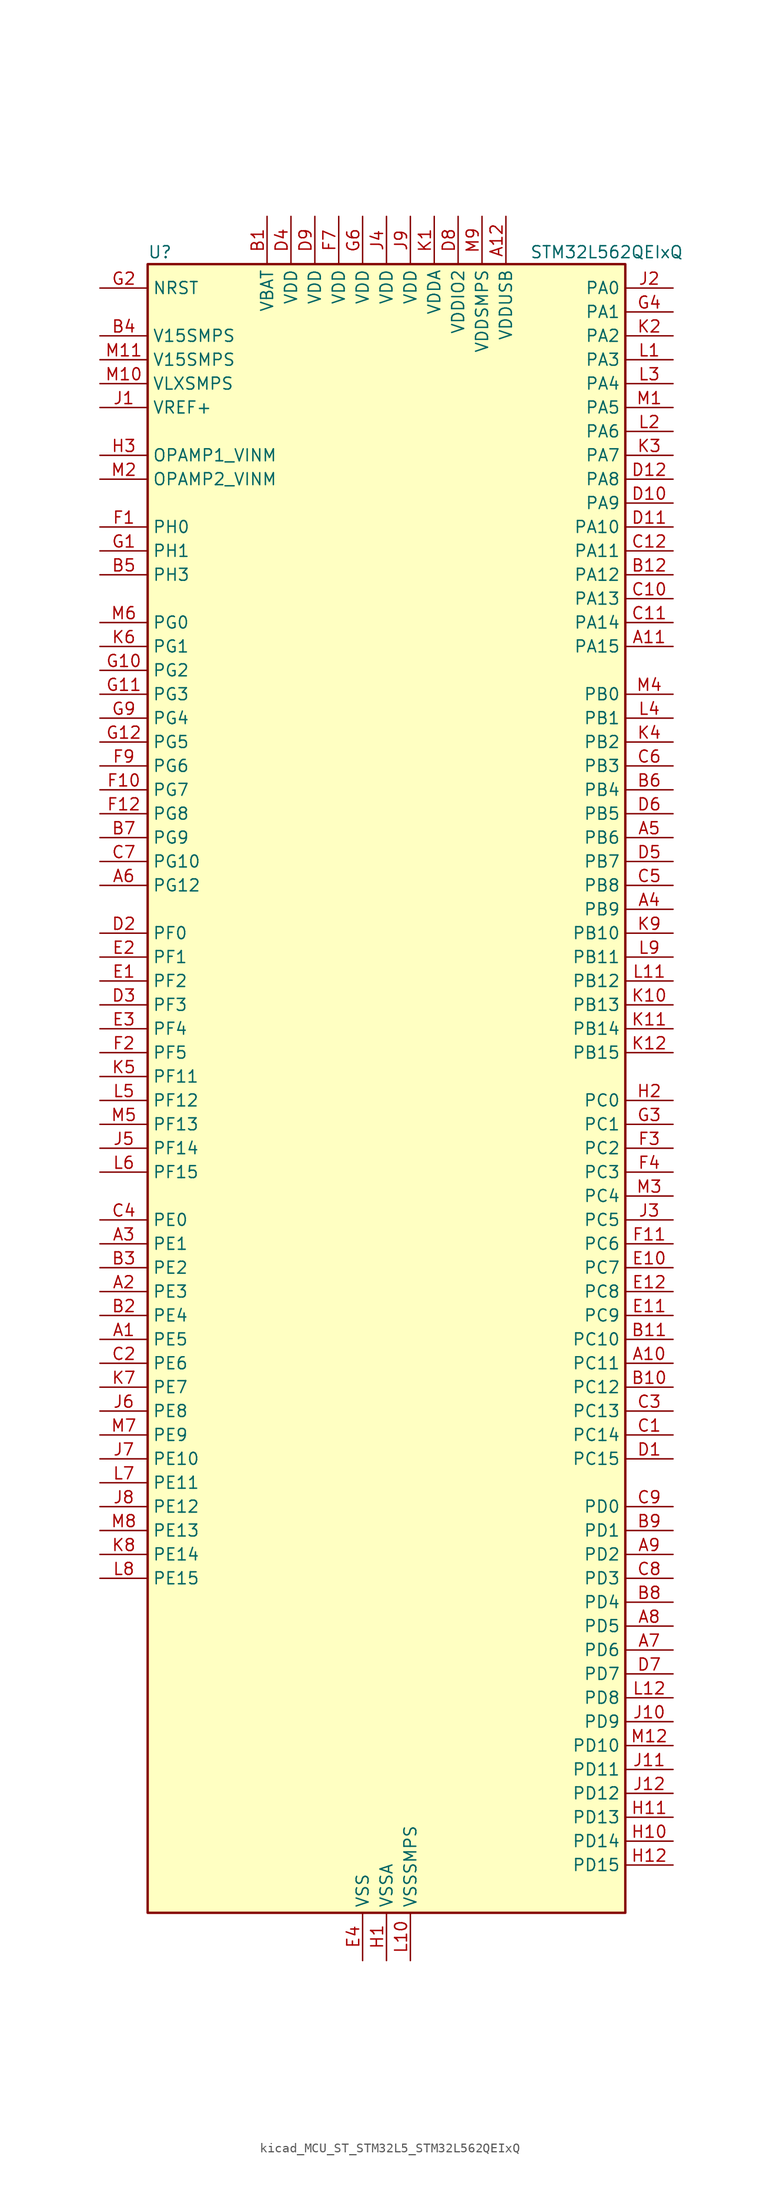
<source format=kicad_sym>
(kicad_symbol_lib
  (version 20220914)
  (generator kicad_symbol_editor)
  (symbol "kicad_MCU_ST_STM32L5_STM32L562QEIxQ"
    (property "Reference" "U"
      (at -25.4 90.17 0)
      (effects (font (size 1.27 1.27)) (justify left)))
    (property "Value" "STM32L562QEIxQ"
      (at 15.24 90.17 0)
      (effects (font (size 1.27 1.27)) (justify left)))
    (property "ki_locked" ""
      (at 0 0 0)
      (effects (font (size 1.27 1.27))))
    (symbol "kicad_MCU_ST_STM32L5_STM32L562QEIxQ_0_1"
      (rectangle (start -25.4 -86.36) (end 25.4 88.9) (stroke (width 0.254) (type default)) (fill (type background))))
    (symbol "kicad_MCU_ST_STM32L5_STM32L562QEIxQ_1_1"
      (pin bidirectional line (at -30.48 -25.4 0) (length 5.08) (name "PE5" (effects (font (size 1.27 1.27)))) (number "A1" (effects (font (size 1.27 1.27)))) (alternate "DEBUG_TRACED2" bidirectional line) (alternate "DFSDM1_CKIN3" bidirectional line) (alternate "FMC_A21" bidirectional line) (alternate "SAI1_CK2" bidirectional line) (alternate "SAI1_SCK_A" bidirectional line) (alternate "TIM3_CH3" bidirectional line) (alternate "TSC_G7_IO4" bidirectional line))
      (pin bidirectional line (at 30.48 -27.94 180) (length 5.08) (name "PC11" (effects (font (size 1.27 1.27)))) (number "A10" (effects (font (size 1.27 1.27)))) (alternate "ADC1_EXTI11" bidirectional line) (alternate "ADC2_EXTI11" bidirectional line) (alternate "LPTIM3_IN1" bidirectional line) (alternate "OCTOSPI1_NCS" bidirectional line) (alternate "SAI2_MCLK_B" bidirectional line) (alternate "SDMMC1_D3" bidirectional line) (alternate "SPI3_MISO" bidirectional line) (alternate "TSC_G3_IO3" bidirectional line) (alternate "UART4_RX" bidirectional line) (alternate "UCPD1_FRSTX2" bidirectional line) (alternate "USART3_RX" bidirectional line))
      (pin bidirectional line (at 30.48 48.26 180) (length 5.08) (name "PA15" (effects (font (size 1.27 1.27)))) (number "A11" (effects (font (size 1.27 1.27)))) (alternate "ADC1_EXTI15" bidirectional line) (alternate "ADC2_EXTI15" bidirectional line) (alternate "DEBUG_JTDI" bidirectional line) (alternate "SAI2_FS_B" bidirectional line) (alternate "SPI1_NSS" bidirectional line) (alternate "SPI3_NSS" bidirectional line) (alternate "TIM2_CH1" bidirectional line) (alternate "TIM2_ETR" bidirectional line) (alternate "UART4_DE" bidirectional line) (alternate "UART4_RTS" bidirectional line) (alternate "UCPD1_CC1" bidirectional line) (alternate "USART2_RX" bidirectional line) (alternate "USART3_DE" bidirectional line) (alternate "USART3_RTS" bidirectional line))
      (pin power_in line (at 12.7 93.98 270) (length 5.08) (name "VDDUSB" (effects (font (size 1.27 1.27)))) (number "A12" (effects (font (size 1.27 1.27)))))
      (pin bidirectional line (at -30.48 -20.32 0) (length 5.08) (name "PE3" (effects (font (size 1.27 1.27)))) (number "A2" (effects (font (size 1.27 1.27)))) (alternate "DEBUG_TRACED0" bidirectional line) (alternate "FMC_A19" bidirectional line) (alternate "OCTOSPI1_DQS" bidirectional line) (alternate "SAI1_SD_B" bidirectional line) (alternate "TIM3_CH1" bidirectional line) (alternate "TSC_G7_IO2" bidirectional line))
      (pin bidirectional line (at -30.48 -15.24 0) (length 5.08) (name "PE1" (effects (font (size 1.27 1.27)))) (number "A3" (effects (font (size 1.27 1.27)))) (alternate "FMC_NBL1" bidirectional line) (alternate "TIM17_CH1" bidirectional line))
      (pin bidirectional line (at 30.48 20.32 180) (length 5.08) (name "PB9" (effects (font (size 1.27 1.27)))) (number "A4" (effects (font (size 1.27 1.27)))) (alternate "DAC1_EXTI9" bidirectional line) (alternate "FDCAN1_TX" bidirectional line) (alternate "I2C1_SDA" bidirectional line) (alternate "IR_OUT" bidirectional line) (alternate "SAI1_D2" bidirectional line) (alternate "SAI1_FS_A" bidirectional line) (alternate "SDMMC1_CDIR" bidirectional line) (alternate "SDMMC1_D5" bidirectional line) (alternate "SPI2_NSS" bidirectional line) (alternate "TIM17_CH1" bidirectional line) (alternate "TIM4_CH4" bidirectional line))
      (pin bidirectional line (at 30.48 27.94 180) (length 5.08) (name "PB6" (effects (font (size 1.27 1.27)))) (number "A5" (effects (font (size 1.27 1.27)))) (alternate "COMP2_INP" bidirectional line) (alternate "I2C1_SCL" bidirectional line) (alternate "I2C4_SCL" bidirectional line) (alternate "LPTIM1_ETR" bidirectional line) (alternate "SAI1_FS_B" bidirectional line) (alternate "TIM16_CH1N" bidirectional line) (alternate "TIM4_CH1" bidirectional line) (alternate "TIM8_BKIN2" bidirectional line) (alternate "TSC_G2_IO3" bidirectional line) (alternate "USART1_TX" bidirectional line))
      (pin bidirectional line (at -30.48 22.86 0) (length 5.08) (name "PG12" (effects (font (size 1.27 1.27)))) (number "A6" (effects (font (size 1.27 1.27)))) (alternate "FMC_NE4" bidirectional line) (alternate "LPTIM1_ETR" bidirectional line) (alternate "SAI2_SD_A" bidirectional line) (alternate "SPI3_NSS" bidirectional line) (alternate "USART1_DE" bidirectional line) (alternate "USART1_RTS" bidirectional line))
      (pin bidirectional line (at 30.48 -58.42 180) (length 5.08) (name "PD6" (effects (font (size 1.27 1.27)))) (number "A7" (effects (font (size 1.27 1.27)))) (alternate "DFSDM1_DATIN1" bidirectional line) (alternate "FMC_NWAIT" bidirectional line) (alternate "OCTOSPI1_IO6" bidirectional line) (alternate "SAI1_D1" bidirectional line) (alternate "SAI1_SD_A" bidirectional line) (alternate "SPI3_MOSI" bidirectional line) (alternate "USART2_RX" bidirectional line))
      (pin bidirectional line (at 30.48 -55.88 180) (length 5.08) (name "PD5" (effects (font (size 1.27 1.27)))) (number "A8" (effects (font (size 1.27 1.27)))) (alternate "FMC_NWE" bidirectional line) (alternate "OCTOSPI1_IO5" bidirectional line) (alternate "USART2_TX" bidirectional line))
      (pin bidirectional line (at 30.48 -48.26 180) (length 5.08) (name "PD2" (effects (font (size 1.27 1.27)))) (number "A9" (effects (font (size 1.27 1.27)))) (alternate "DEBUG_TRACED2" bidirectional line) (alternate "SDMMC1_CMD" bidirectional line) (alternate "TIM3_ETR" bidirectional line) (alternate "TSC_SYNC" bidirectional line) (alternate "UART5_RX" bidirectional line) (alternate "USART3_DE" bidirectional line) (alternate "USART3_RTS" bidirectional line))
      (pin power_in line (at -12.7 93.98 270) (length 5.08) (name "VBAT" (effects (font (size 1.27 1.27)))) (number "B1" (effects (font (size 1.27 1.27)))))
      (pin bidirectional line (at 30.48 -30.48 180) (length 5.08) (name "PC12" (effects (font (size 1.27 1.27)))) (number "B10" (effects (font (size 1.27 1.27)))) (alternate "DEBUG_TRACED3" bidirectional line) (alternate "SAI2_SD_B" bidirectional line) (alternate "SDMMC1_CK" bidirectional line) (alternate "SPI3_MOSI" bidirectional line) (alternate "TSC_G3_IO4" bidirectional line) (alternate "UART5_TX" bidirectional line) (alternate "USART3_CK" bidirectional line))
      (pin bidirectional line (at 30.48 -25.4 180) (length 5.08) (name "PC10" (effects (font (size 1.27 1.27)))) (number "B11" (effects (font (size 1.27 1.27)))) (alternate "DEBUG_TRACED1" bidirectional line) (alternate "LPTIM3_ETR" bidirectional line) (alternate "SAI2_SCK_B" bidirectional line) (alternate "SDMMC1_D2" bidirectional line) (alternate "SPI3_SCK" bidirectional line) (alternate "TSC_G3_IO2" bidirectional line) (alternate "UART4_TX" bidirectional line) (alternate "USART3_TX" bidirectional line))
      (pin bidirectional line (at 30.48 55.88 180) (length 5.08) (name "PA12" (effects (font (size 1.27 1.27)))) (number "B12" (effects (font (size 1.27 1.27)))) (alternate "FDCAN1_TX" bidirectional line) (alternate "SPI1_MOSI" bidirectional line) (alternate "TIM1_ETR" bidirectional line) (alternate "USART1_DE" bidirectional line) (alternate "USART1_RTS" bidirectional line) (alternate "USB_DP" bidirectional line))
      (pin bidirectional line (at -30.48 -22.86 0) (length 5.08) (name "PE4" (effects (font (size 1.27 1.27)))) (number "B2" (effects (font (size 1.27 1.27)))) (alternate "DEBUG_TRACED1" bidirectional line) (alternate "DFSDM1_DATIN3" bidirectional line) (alternate "FMC_A20" bidirectional line) (alternate "SAI1_D2" bidirectional line) (alternate "SAI1_FS_A" bidirectional line) (alternate "TIM3_CH2" bidirectional line) (alternate "TSC_G7_IO3" bidirectional line))
      (pin bidirectional line (at -30.48 -17.78 0) (length 5.08) (name "PE2" (effects (font (size 1.27 1.27)))) (number "B3" (effects (font (size 1.27 1.27)))) (alternate "DEBUG_TRACECLK" bidirectional line) (alternate "FMC_A23" bidirectional line) (alternate "SAI1_CK1" bidirectional line) (alternate "SAI1_MCLK_A" bidirectional line) (alternate "TIM3_ETR" bidirectional line) (alternate "TSC_G7_IO1" bidirectional line))
      (pin power_in line (at -30.48 81.28 0) (length 5.08) (name "V15SMPS" (effects (font (size 1.27 1.27)))) (number "B4" (effects (font (size 1.27 1.27)))))
      (pin bidirectional line (at -30.48 55.88 0) (length 5.08) (name "PH3" (effects (font (size 1.27 1.27)))) (number "B5" (effects (font (size 1.27 1.27)))))
      (pin bidirectional line (at 30.48 33.02 180) (length 5.08) (name "PB4" (effects (font (size 1.27 1.27)))) (number "B6" (effects (font (size 1.27 1.27)))) (alternate "COMP2_INP" bidirectional line) (alternate "DEBUG_JTRST" bidirectional line) (alternate "I2C3_SDA" bidirectional line) (alternate "SAI1_MCLK_B" bidirectional line) (alternate "SPI1_MISO" bidirectional line) (alternate "SPI3_MISO" bidirectional line) (alternate "TIM17_BKIN" bidirectional line) (alternate "TIM3_CH1" bidirectional line) (alternate "TSC_G2_IO1" bidirectional line) (alternate "UART5_DE" bidirectional line) (alternate "UART5_RTS" bidirectional line) (alternate "USART1_CTS" bidirectional line) (alternate "USART1_NSS" bidirectional line))
      (pin bidirectional line (at -30.48 27.94 0) (length 5.08) (name "PG9" (effects (font (size 1.27 1.27)))) (number "B7" (effects (font (size 1.27 1.27)))) (alternate "DAC1_EXTI9" bidirectional line) (alternate "FMC_NCE" bidirectional line) (alternate "FMC_NE2" bidirectional line) (alternate "SAI2_SCK_A" bidirectional line) (alternate "SPI3_SCK" bidirectional line) (alternate "TIM15_CH1N" bidirectional line) (alternate "USART1_TX" bidirectional line))
      (pin bidirectional line (at 30.48 -53.34 180) (length 5.08) (name "PD4" (effects (font (size 1.27 1.27)))) (number "B8" (effects (font (size 1.27 1.27)))) (alternate "DFSDM1_CKIN0" bidirectional line) (alternate "FMC_NOE" bidirectional line) (alternate "OCTOSPI1_IO4" bidirectional line) (alternate "SPI2_MOSI" bidirectional line) (alternate "USART2_DE" bidirectional line) (alternate "USART2_RTS" bidirectional line))
      (pin bidirectional line (at 30.48 -45.72 180) (length 5.08) (name "PD1" (effects (font (size 1.27 1.27)))) (number "B9" (effects (font (size 1.27 1.27)))) (alternate "FDCAN1_TX" bidirectional line) (alternate "FMC_D3" bidirectional line) (alternate "FMC_DA3" bidirectional line) (alternate "SPI2_SCK" bidirectional line))
      (pin bidirectional line (at 30.48 -35.56 180) (length 5.08) (name "PC14" (effects (font (size 1.27 1.27)))) (number "C1" (effects (font (size 1.27 1.27)))) (alternate "RCC_OSC32_IN" bidirectional line))
      (pin bidirectional line (at 30.48 53.34 180) (length 5.08) (name "PA13" (effects (font (size 1.27 1.27)))) (number "C10" (effects (font (size 1.27 1.27)))) (alternate "DEBUG_JTMS-SWDIO" bidirectional line) (alternate "IR_OUT" bidirectional line) (alternate "SAI1_SD_B" bidirectional line) (alternate "USB_NOE" bidirectional line))
      (pin bidirectional line (at 30.48 50.8 180) (length 5.08) (name "PA14" (effects (font (size 1.27 1.27)))) (number "C11" (effects (font (size 1.27 1.27)))) (alternate "DEBUG_JTCK-SWCLK" bidirectional line) (alternate "I2C1_SMBA" bidirectional line) (alternate "I2C4_SMBA" bidirectional line) (alternate "LPTIM1_OUT" bidirectional line) (alternate "SAI1_FS_B" bidirectional line))
      (pin bidirectional line (at 30.48 58.42 180) (length 5.08) (name "PA11" (effects (font (size 1.27 1.27)))) (number "C12" (effects (font (size 1.27 1.27)))) (alternate "ADC1_EXTI11" bidirectional line) (alternate "ADC2_EXTI11" bidirectional line) (alternate "FDCAN1_RX" bidirectional line) (alternate "SPI1_MISO" bidirectional line) (alternate "TIM1_BKIN2" bidirectional line) (alternate "TIM1_CH4" bidirectional line) (alternate "USART1_CTS" bidirectional line) (alternate "USART1_NSS" bidirectional line) (alternate "USB_DM" bidirectional line))
      (pin bidirectional line (at -30.48 -27.94 0) (length 5.08) (name "PE6" (effects (font (size 1.27 1.27)))) (number "C2" (effects (font (size 1.27 1.27)))) (alternate "DEBUG_TRACED3" bidirectional line) (alternate "FMC_A22" bidirectional line) (alternate "PWR_WKUP3" bidirectional line) (alternate "SAI1_D1" bidirectional line) (alternate "SAI1_SD_A" bidirectional line) (alternate "TAMP_IN3" bidirectional line) (alternate "TAMP_OUT6" bidirectional line) (alternate "TIM3_CH4" bidirectional line))
      (pin bidirectional line (at 30.48 -33.02 180) (length 5.08) (name "PC13" (effects (font (size 1.27 1.27)))) (number "C3" (effects (font (size 1.27 1.27)))) (alternate "PWR_WKUP2" bidirectional line) (alternate "RTC_OUT1" bidirectional line) (alternate "RTC_TS" bidirectional line) (alternate "TAMP_IN1" bidirectional line) (alternate "TAMP_OUT2" bidirectional line))
      (pin bidirectional line (at -30.48 -12.7 0) (length 5.08) (name "PE0" (effects (font (size 1.27 1.27)))) (number "C4" (effects (font (size 1.27 1.27)))) (alternate "FMC_NBL0" bidirectional line) (alternate "TIM16_CH1" bidirectional line) (alternate "TIM4_ETR" bidirectional line))
      (pin bidirectional line (at 30.48 22.86 180) (length 5.08) (name "PB8" (effects (font (size 1.27 1.27)))) (number "C5" (effects (font (size 1.27 1.27)))) (alternate "DFSDM1_CKOUT" bidirectional line) (alternate "FDCAN1_RX" bidirectional line) (alternate "I2C1_SCL" bidirectional line) (alternate "SAI1_CK1" bidirectional line) (alternate "SAI1_MCLK_A" bidirectional line) (alternate "SDMMC1_CKIN" bidirectional line) (alternate "SDMMC1_D4" bidirectional line) (alternate "TIM16_CH1" bidirectional line) (alternate "TIM4_CH3" bidirectional line))
      (pin bidirectional line (at 30.48 35.56 180) (length 5.08) (name "PB3" (effects (font (size 1.27 1.27)))) (number "C6" (effects (font (size 1.27 1.27)))) (alternate "COMP2_INM" bidirectional line) (alternate "CRS_SYNC" bidirectional line) (alternate "DEBUG_JTDO-SWO" bidirectional line) (alternate "SAI1_SCK_B" bidirectional line) (alternate "SPI1_SCK" bidirectional line) (alternate "SPI3_SCK" bidirectional line) (alternate "TIM2_CH2" bidirectional line) (alternate "USART1_DE" bidirectional line) (alternate "USART1_RTS" bidirectional line))
      (pin bidirectional line (at -30.48 25.4 0) (length 5.08) (name "PG10" (effects (font (size 1.27 1.27)))) (number "C7" (effects (font (size 1.27 1.27)))) (alternate "FMC_NE3" bidirectional line) (alternate "LPTIM1_IN1" bidirectional line) (alternate "SAI2_FS_A" bidirectional line) (alternate "SPI3_MISO" bidirectional line) (alternate "TIM15_CH1" bidirectional line) (alternate "USART1_RX" bidirectional line))
      (pin bidirectional line (at 30.48 -50.8 180) (length 5.08) (name "PD3" (effects (font (size 1.27 1.27)))) (number "C8" (effects (font (size 1.27 1.27)))) (alternate "DFSDM1_DATIN0" bidirectional line) (alternate "FMC_CLK" bidirectional line) (alternate "SPI2_MISO" bidirectional line) (alternate "SPI2_SCK" bidirectional line) (alternate "USART2_CTS" bidirectional line) (alternate "USART2_NSS" bidirectional line))
      (pin bidirectional line (at 30.48 -43.18 180) (length 5.08) (name "PD0" (effects (font (size 1.27 1.27)))) (number "C9" (effects (font (size 1.27 1.27)))) (alternate "FDCAN1_RX" bidirectional line) (alternate "FMC_D2" bidirectional line) (alternate "FMC_DA2" bidirectional line) (alternate "SPI2_NSS" bidirectional line))
      (pin bidirectional line (at 30.48 -38.1 180) (length 5.08) (name "PC15" (effects (font (size 1.27 1.27)))) (number "D1" (effects (font (size 1.27 1.27)))) (alternate "ADC1_EXTI15" bidirectional line) (alternate "ADC2_EXTI15" bidirectional line) (alternate "RCC_OSC32_OUT" bidirectional line))
      (pin bidirectional line (at 30.48 63.5 180) (length 5.08) (name "PA9" (effects (font (size 1.27 1.27)))) (number "D10" (effects (font (size 1.27 1.27)))) (alternate "DAC1_EXTI9" bidirectional line) (alternate "SAI1_FS_A" bidirectional line) (alternate "SPI2_SCK" bidirectional line) (alternate "TIM15_BKIN" bidirectional line) (alternate "TIM1_CH2" bidirectional line) (alternate "USART1_TX" bidirectional line))
      (pin bidirectional line (at 30.48 60.96 180) (length 5.08) (name "PA10" (effects (font (size 1.27 1.27)))) (number "D11" (effects (font (size 1.27 1.27)))) (alternate "CRS_SYNC" bidirectional line) (alternate "SAI1_D1" bidirectional line) (alternate "SAI1_SD_A" bidirectional line) (alternate "TIM17_BKIN" bidirectional line) (alternate "TIM1_CH3" bidirectional line) (alternate "USART1_RX" bidirectional line))
      (pin bidirectional line (at 30.48 66.04 180) (length 5.08) (name "PA8" (effects (font (size 1.27 1.27)))) (number "D12" (effects (font (size 1.27 1.27)))) (alternate "LPTIM2_OUT" bidirectional line) (alternate "RCC_MCO" bidirectional line) (alternate "SAI1_CK2" bidirectional line) (alternate "SAI1_SCK_A" bidirectional line) (alternate "TIM1_CH1" bidirectional line) (alternate "USART1_CK" bidirectional line))
      (pin bidirectional line (at -30.48 17.78 0) (length 5.08) (name "PF0" (effects (font (size 1.27 1.27)))) (number "D2" (effects (font (size 1.27 1.27)))) (alternate "FMC_A0" bidirectional line) (alternate "I2C2_SDA" bidirectional line))
      (pin bidirectional line (at -30.48 10.16 0) (length 5.08) (name "PF3" (effects (font (size 1.27 1.27)))) (number "D3" (effects (font (size 1.27 1.27)))) (alternate "FMC_A3" bidirectional line) (alternate "LPTIM3_IN1" bidirectional line))
      (pin power_in line (at -10.16 93.98 270) (length 5.08) (name "VDD" (effects (font (size 1.27 1.27)))) (number "D4" (effects (font (size 1.27 1.27)))))
      (pin bidirectional line (at 30.48 25.4 180) (length 5.08) (name "PB7" (effects (font (size 1.27 1.27)))) (number "D5" (effects (font (size 1.27 1.27)))) (alternate "COMP2_INM" bidirectional line) (alternate "FMC_NL" bidirectional line) (alternate "I2C1_SDA" bidirectional line) (alternate "I2C4_SDA" bidirectional line) (alternate "LPTIM1_IN2" bidirectional line) (alternate "PWR_PVD_IN" bidirectional line) (alternate "TIM17_CH1N" bidirectional line) (alternate "TIM4_CH2" bidirectional line) (alternate "TIM8_BKIN" bidirectional line) (alternate "TSC_G2_IO4" bidirectional line) (alternate "UART4_CTS" bidirectional line) (alternate "USART1_RX" bidirectional line))
      (pin bidirectional line (at 30.48 30.48 180) (length 5.08) (name "PB5" (effects (font (size 1.27 1.27)))) (number "D6" (effects (font (size 1.27 1.27)))) (alternate "COMP2_OUT" bidirectional line) (alternate "I2C1_SMBA" bidirectional line) (alternate "LPTIM1_IN1" bidirectional line) (alternate "OCTOSPI1_NCLK" bidirectional line) (alternate "SAI1_SD_B" bidirectional line) (alternate "SPI1_MOSI" bidirectional line) (alternate "SPI3_MOSI" bidirectional line) (alternate "TIM16_BKIN" bidirectional line) (alternate "TIM3_CH2" bidirectional line) (alternate "TSC_G2_IO2" bidirectional line) (alternate "UART5_CTS" bidirectional line) (alternate "UCPD1_DBCC1" bidirectional line) (alternate "USART1_CK" bidirectional line))
      (pin bidirectional line (at 30.48 -60.96 180) (length 5.08) (name "PD7" (effects (font (size 1.27 1.27)))) (number "D7" (effects (font (size 1.27 1.27)))) (alternate "DFSDM1_CKIN1" bidirectional line) (alternate "FMC_NCE" bidirectional line) (alternate "FMC_NE1" bidirectional line) (alternate "OCTOSPI1_IO7" bidirectional line) (alternate "USART2_CK" bidirectional line))
      (pin power_in line (at 7.62 93.98 270) (length 5.08) (name "VDDIO2" (effects (font (size 1.27 1.27)))) (number "D8" (effects (font (size 1.27 1.27)))))
      (pin power_in line (at -7.62 93.98 270) (length 5.08) (name "VDD" (effects (font (size 1.27 1.27)))) (number "D9" (effects (font (size 1.27 1.27)))))
      (pin bidirectional line (at -30.48 12.7 0) (length 5.08) (name "PF2" (effects (font (size 1.27 1.27)))) (number "E1" (effects (font (size 1.27 1.27)))) (alternate "FMC_A2" bidirectional line) (alternate "I2C2_SMBA" bidirectional line))
      (pin bidirectional line (at 30.48 -17.78 180) (length 5.08) (name "PC7" (effects (font (size 1.27 1.27)))) (number "E10" (effects (font (size 1.27 1.27)))) (alternate "DFSDM1_DATIN3" bidirectional line) (alternate "SAI2_MCLK_B" bidirectional line) (alternate "SDMMC1_D123DIR" bidirectional line) (alternate "SDMMC1_D7" bidirectional line) (alternate "TIM3_CH2" bidirectional line) (alternate "TIM8_CH2" bidirectional line) (alternate "TSC_G4_IO2" bidirectional line))
      (pin bidirectional line (at 30.48 -22.86 180) (length 5.08) (name "PC9" (effects (font (size 1.27 1.27)))) (number "E11" (effects (font (size 1.27 1.27)))) (alternate "DAC1_EXTI9" bidirectional line) (alternate "DEBUG_TRACED0" bidirectional line) (alternate "SAI2_EXTCLK" bidirectional line) (alternate "SDMMC1_D1" bidirectional line) (alternate "TIM3_CH4" bidirectional line) (alternate "TIM8_BKIN2" bidirectional line) (alternate "TIM8_CH4" bidirectional line) (alternate "TSC_G4_IO4" bidirectional line) (alternate "USB_NOE" bidirectional line))
      (pin bidirectional line (at 30.48 -20.32 180) (length 5.08) (name "PC8" (effects (font (size 1.27 1.27)))) (number "E12" (effects (font (size 1.27 1.27)))) (alternate "SDMMC1_D0" bidirectional line) (alternate "TIM3_CH3" bidirectional line) (alternate "TIM8_CH3" bidirectional line) (alternate "TSC_G4_IO3" bidirectional line))
      (pin bidirectional line (at -30.48 15.24 0) (length 5.08) (name "PF1" (effects (font (size 1.27 1.27)))) (number "E2" (effects (font (size 1.27 1.27)))) (alternate "FMC_A1" bidirectional line) (alternate "I2C2_SCL" bidirectional line))
      (pin bidirectional line (at -30.48 7.62 0) (length 5.08) (name "PF4" (effects (font (size 1.27 1.27)))) (number "E3" (effects (font (size 1.27 1.27)))) (alternate "FMC_A4" bidirectional line) (alternate "LPTIM3_ETR" bidirectional line))
      (pin power_in line (at -2.54 -91.44 90) (length 5.08) (name "VSS" (effects (font (size 1.27 1.27)))) (number "E4" (effects (font (size 1.27 1.27)))))
      (pin passive line (at -2.54 -91.44 90) (length 5.08) hide (name "VSS" (effects (font (size 1.27 1.27)))) (number "E9" (effects (font (size 1.27 1.27)))))
      (pin bidirectional line (at -30.48 60.96 0) (length 5.08) (name "PH0" (effects (font (size 1.27 1.27)))) (number "F1" (effects (font (size 1.27 1.27)))) (alternate "RCC_OSC_IN" bidirectional line))
      (pin bidirectional line (at -30.48 33.02 0) (length 5.08) (name "PG7" (effects (font (size 1.27 1.27)))) (number "F10" (effects (font (size 1.27 1.27)))) (alternate "DFSDM1_CKOUT" bidirectional line) (alternate "FMC_INT" bidirectional line) (alternate "I2C3_SCL" bidirectional line) (alternate "LPUART1_TX" bidirectional line) (alternate "SAI1_CK1" bidirectional line) (alternate "SAI1_MCLK_A" bidirectional line) (alternate "UCPD1_FRSTX2" bidirectional line))
      (pin bidirectional line (at 30.48 -15.24 180) (length 5.08) (name "PC6" (effects (font (size 1.27 1.27)))) (number "F11" (effects (font (size 1.27 1.27)))) (alternate "DFSDM1_CKIN3" bidirectional line) (alternate "SAI2_MCLK_A" bidirectional line) (alternate "SDMMC1_D0DIR" bidirectional line) (alternate "SDMMC1_D6" bidirectional line) (alternate "TIM3_CH1" bidirectional line) (alternate "TIM8_CH1" bidirectional line) (alternate "TSC_G4_IO1" bidirectional line))
      (pin bidirectional line (at -30.48 30.48 0) (length 5.08) (name "PG8" (effects (font (size 1.27 1.27)))) (number "F12" (effects (font (size 1.27 1.27)))) (alternate "I2C3_SDA" bidirectional line) (alternate "LPUART1_RX" bidirectional line))
      (pin bidirectional line (at -30.48 5.08 0) (length 5.08) (name "PF5" (effects (font (size 1.27 1.27)))) (number "F2" (effects (font (size 1.27 1.27)))) (alternate "FMC_A5" bidirectional line) (alternate "LPTIM3_OUT" bidirectional line))
      (pin bidirectional line (at 30.48 -5.08 180) (length 5.08) (name "PC2" (effects (font (size 1.27 1.27)))) (number "F3" (effects (font (size 1.27 1.27)))) (alternate "ADC1_IN3" bidirectional line) (alternate "ADC2_IN3" bidirectional line) (alternate "DFSDM1_CKOUT" bidirectional line) (alternate "LPTIM1_IN2" bidirectional line) (alternate "OCTOSPI1_IO5" bidirectional line) (alternate "SPI2_MISO" bidirectional line))
      (pin bidirectional line (at 30.48 -7.62 180) (length 5.08) (name "PC3" (effects (font (size 1.27 1.27)))) (number "F4" (effects (font (size 1.27 1.27)))) (alternate "ADC1_IN4" bidirectional line) (alternate "ADC2_IN4" bidirectional line) (alternate "LPTIM1_ETR" bidirectional line) (alternate "LPTIM2_ETR" bidirectional line) (alternate "LPTIM3_OUT" bidirectional line) (alternate "OCTOSPI1_IO6" bidirectional line) (alternate "SAI1_D1" bidirectional line) (alternate "SAI1_SD_A" bidirectional line) (alternate "SPI2_MOSI" bidirectional line))
      (pin passive line (at -2.54 -91.44 90) (length 5.08) hide (name "VSS" (effects (font (size 1.27 1.27)))) (number "F6" (effects (font (size 1.27 1.27)))))
      (pin power_in line (at -5.08 93.98 270) (length 5.08) (name "VDD" (effects (font (size 1.27 1.27)))) (number "F7" (effects (font (size 1.27 1.27)))))
      (pin bidirectional line (at -30.48 35.56 0) (length 5.08) (name "PG6" (effects (font (size 1.27 1.27)))) (number "F9" (effects (font (size 1.27 1.27)))) (alternate "I2C3_SMBA" bidirectional line) (alternate "LPUART1_DE" bidirectional line) (alternate "LPUART1_RTS" bidirectional line) (alternate "OCTOSPI1_DQS" bidirectional line) (alternate "UCPD1_FRSTX1" bidirectional line))
      (pin bidirectional line (at -30.48 58.42 0) (length 5.08) (name "PH1" (effects (font (size 1.27 1.27)))) (number "G1" (effects (font (size 1.27 1.27)))) (alternate "RCC_OSC_OUT" bidirectional line))
      (pin bidirectional line (at -30.48 45.72 0) (length 5.08) (name "PG2" (effects (font (size 1.27 1.27)))) (number "G10" (effects (font (size 1.27 1.27)))) (alternate "FMC_A12" bidirectional line) (alternate "SAI2_SCK_B" bidirectional line) (alternate "SPI1_SCK" bidirectional line))
      (pin bidirectional line (at -30.48 43.18 0) (length 5.08) (name "PG3" (effects (font (size 1.27 1.27)))) (number "G11" (effects (font (size 1.27 1.27)))) (alternate "FMC_A13" bidirectional line) (alternate "SAI2_FS_B" bidirectional line) (alternate "SPI1_MISO" bidirectional line))
      (pin bidirectional line (at -30.48 38.1 0) (length 5.08) (name "PG5" (effects (font (size 1.27 1.27)))) (number "G12" (effects (font (size 1.27 1.27)))) (alternate "FMC_A15" bidirectional line) (alternate "LPUART1_CTS" bidirectional line) (alternate "SAI2_SD_B" bidirectional line) (alternate "SPI1_NSS" bidirectional line))
      (pin input line (at -30.48 86.36 0) (length 5.08) (name "NRST" (effects (font (size 1.27 1.27)))) (number "G2" (effects (font (size 1.27 1.27)))))
      (pin bidirectional line (at 30.48 -2.54 180) (length 5.08) (name "PC1" (effects (font (size 1.27 1.27)))) (number "G3" (effects (font (size 1.27 1.27)))) (alternate "ADC1_IN2" bidirectional line) (alternate "ADC2_IN2" bidirectional line) (alternate "DEBUG_TRACED0" bidirectional line) (alternate "I2C3_SDA" bidirectional line) (alternate "LPTIM1_OUT" bidirectional line) (alternate "LPUART1_TX" bidirectional line) (alternate "OCTOSPI1_IO4" bidirectional line) (alternate "SAI1_SD_A" bidirectional line) (alternate "SPI2_MOSI" bidirectional line))
      (pin bidirectional line (at 30.48 83.82 180) (length 5.08) (name "PA1" (effects (font (size 1.27 1.27)))) (number "G4" (effects (font (size 1.27 1.27)))) (alternate "ADC1_IN6" bidirectional line) (alternate "ADC2_IN6" bidirectional line) (alternate "I2C1_SMBA" bidirectional line) (alternate "OCTOSPI1_DQS" bidirectional line) (alternate "OPAMP1_VINM" bidirectional line) (alternate "SPI1_SCK" bidirectional line) (alternate "TAMP_IN5" bidirectional line) (alternate "TAMP_OUT4" bidirectional line) (alternate "TIM15_CH1N" bidirectional line) (alternate "TIM2_CH2" bidirectional line) (alternate "TIM5_CH2" bidirectional line) (alternate "UART4_RX" bidirectional line) (alternate "USART2_DE" bidirectional line) (alternate "USART2_RTS" bidirectional line))
      (pin power_in line (at -2.54 93.98 270) (length 5.08) (name "VDD" (effects (font (size 1.27 1.27)))) (number "G6" (effects (font (size 1.27 1.27)))))
      (pin passive line (at -2.54 -91.44 90) (length 5.08) hide (name "VSS" (effects (font (size 1.27 1.27)))) (number "G7" (effects (font (size 1.27 1.27)))))
      (pin bidirectional line (at -30.48 40.64 0) (length 5.08) (name "PG4" (effects (font (size 1.27 1.27)))) (number "G9" (effects (font (size 1.27 1.27)))) (alternate "FMC_A14" bidirectional line) (alternate "SAI2_MCLK_B" bidirectional line) (alternate "SPI1_MOSI" bidirectional line))
      (pin power_in line (at 0 -91.44 90) (length 5.08) (name "VSSA" (effects (font (size 1.27 1.27)))) (number "H1" (effects (font (size 1.27 1.27)))))
      (pin bidirectional line (at 30.48 -78.74 180) (length 5.08) (name "PD14" (effects (font (size 1.27 1.27)))) (number "H10" (effects (font (size 1.27 1.27)))) (alternate "FMC_D0" bidirectional line) (alternate "FMC_DA0" bidirectional line) (alternate "TIM4_CH3" bidirectional line))
      (pin bidirectional line (at 30.48 -76.2 180) (length 5.08) (name "PD13" (effects (font (size 1.27 1.27)))) (number "H11" (effects (font (size 1.27 1.27)))) (alternate "FMC_A18" bidirectional line) (alternate "I2C4_SDA" bidirectional line) (alternate "LPTIM2_OUT" bidirectional line) (alternate "TIM4_CH2" bidirectional line) (alternate "TSC_G6_IO4" bidirectional line))
      (pin bidirectional line (at 30.48 -81.28 180) (length 5.08) (name "PD15" (effects (font (size 1.27 1.27)))) (number "H12" (effects (font (size 1.27 1.27)))) (alternate "ADC1_EXTI15" bidirectional line) (alternate "ADC2_EXTI15" bidirectional line) (alternate "FMC_D1" bidirectional line) (alternate "FMC_DA1" bidirectional line) (alternate "TIM4_CH4" bidirectional line))
      (pin bidirectional line (at 30.48 0 180) (length 5.08) (name "PC0" (effects (font (size 1.27 1.27)))) (number "H2" (effects (font (size 1.27 1.27)))) (alternate "ADC1_IN1" bidirectional line) (alternate "ADC2_IN1" bidirectional line) (alternate "I2C3_SCL" bidirectional line) (alternate "LPTIM1_IN1" bidirectional line) (alternate "LPTIM2_IN1" bidirectional line) (alternate "LPUART1_RX" bidirectional line) (alternate "OCTOSPI1_IO7" bidirectional line) (alternate "SAI2_FS_A" bidirectional line) (alternate "SDMMC1_D5" bidirectional line))
      (pin bidirectional line (at -30.48 68.58 0) (length 5.08) (name "OPAMP1_VINM" (effects (font (size 1.27 1.27)))) (number "H3" (effects (font (size 1.27 1.27)))) (alternate "OPAMP1_VINM" bidirectional line))
      (pin passive line (at -2.54 -91.44 90) (length 5.08) hide (name "VSS" (effects (font (size 1.27 1.27)))) (number "H4" (effects (font (size 1.27 1.27)))))
      (pin passive line (at -2.54 -91.44 90) (length 5.08) hide (name "VSS" (effects (font (size 1.27 1.27)))) (number "H9" (effects (font (size 1.27 1.27)))))
      (pin input line (at -30.48 73.66 0) (length 5.08) (name "VREF+" (effects (font (size 1.27 1.27)))) (number "J1" (effects (font (size 1.27 1.27)))))
      (pin bidirectional line (at 30.48 -66.04 180) (length 5.08) (name "PD9" (effects (font (size 1.27 1.27)))) (number "J10" (effects (font (size 1.27 1.27)))) (alternate "DAC1_EXTI9" bidirectional line) (alternate "FMC_D14" bidirectional line) (alternate "FMC_DA14" bidirectional line) (alternate "SAI2_MCLK_A" bidirectional line) (alternate "USART3_RX" bidirectional line))
      (pin bidirectional line (at 30.48 -71.12 180) (length 5.08) (name "PD11" (effects (font (size 1.27 1.27)))) (number "J11" (effects (font (size 1.27 1.27)))) (alternate "ADC1_EXTI11" bidirectional line) (alternate "ADC2_EXTI11" bidirectional line) (alternate "FMC_A16" bidirectional line) (alternate "FMC_CLE" bidirectional line) (alternate "I2C4_SMBA" bidirectional line) (alternate "LPTIM2_ETR" bidirectional line) (alternate "SAI2_SD_A" bidirectional line) (alternate "TSC_G6_IO2" bidirectional line) (alternate "USART3_CTS" bidirectional line) (alternate "USART3_NSS" bidirectional line))
      (pin bidirectional line (at 30.48 -73.66 180) (length 5.08) (name "PD12" (effects (font (size 1.27 1.27)))) (number "J12" (effects (font (size 1.27 1.27)))) (alternate "FMC_A17" bidirectional line) (alternate "FMC_ALE" bidirectional line) (alternate "I2C4_SCL" bidirectional line) (alternate "LPTIM2_IN1" bidirectional line) (alternate "SAI2_FS_A" bidirectional line) (alternate "TIM4_CH1" bidirectional line) (alternate "TSC_G6_IO3" bidirectional line) (alternate "USART3_DE" bidirectional line) (alternate "USART3_RTS" bidirectional line))
      (pin bidirectional line (at 30.48 86.36 180) (length 5.08) (name "PA0" (effects (font (size 1.27 1.27)))) (number "J2" (effects (font (size 1.27 1.27)))) (alternate "ADC1_IN5" bidirectional line) (alternate "ADC2_IN5" bidirectional line) (alternate "OPAMP1_VINP" bidirectional line) (alternate "PWR_WKUP1" bidirectional line) (alternate "SAI1_EXTCLK" bidirectional line) (alternate "TAMP_IN2" bidirectional line) (alternate "TAMP_OUT1" bidirectional line) (alternate "TIM2_CH1" bidirectional line) (alternate "TIM2_ETR" bidirectional line) (alternate "TIM5_CH1" bidirectional line) (alternate "TIM8_ETR" bidirectional line) (alternate "UART4_TX" bidirectional line) (alternate "USART2_CTS" bidirectional line) (alternate "USART2_NSS" bidirectional line))
      (pin bidirectional line (at 30.48 -12.7 180) (length 5.08) (name "PC5" (effects (font (size 1.27 1.27)))) (number "J3" (effects (font (size 1.27 1.27)))) (alternate "ADC1_IN14" bidirectional line) (alternate "ADC2_IN14" bidirectional line) (alternate "COMP1_INP" bidirectional line) (alternate "PWR_WKUP5" bidirectional line) (alternate "SAI1_D3" bidirectional line) (alternate "TAMP_IN4" bidirectional line) (alternate "TAMP_OUT5" bidirectional line) (alternate "USART3_RX" bidirectional line))
      (pin power_in line (at 0 93.98 270) (length 5.08) (name "VDD" (effects (font (size 1.27 1.27)))) (number "J4" (effects (font (size 1.27 1.27)))))
      (pin bidirectional line (at -30.48 -5.08 0) (length 5.08) (name "PF14" (effects (font (size 1.27 1.27)))) (number "J5" (effects (font (size 1.27 1.27)))) (alternate "FMC_A8" bidirectional line) (alternate "I2C4_SCL" bidirectional line) (alternate "TSC_G8_IO1" bidirectional line))
      (pin bidirectional line (at -30.48 -33.02 0) (length 5.08) (name "PE8" (effects (font (size 1.27 1.27)))) (number "J6" (effects (font (size 1.27 1.27)))) (alternate "DFSDM1_CKIN2" bidirectional line) (alternate "FMC_D5" bidirectional line) (alternate "FMC_DA5" bidirectional line) (alternate "SAI1_SCK_B" bidirectional line) (alternate "TIM1_CH1N" bidirectional line))
      (pin bidirectional line (at -30.48 -38.1 0) (length 5.08) (name "PE10" (effects (font (size 1.27 1.27)))) (number "J7" (effects (font (size 1.27 1.27)))) (alternate "FMC_D7" bidirectional line) (alternate "FMC_DA7" bidirectional line) (alternate "OCTOSPI1_CLK" bidirectional line) (alternate "SAI1_MCLK_B" bidirectional line) (alternate "TIM1_CH2N" bidirectional line) (alternate "TSC_G5_IO1" bidirectional line))
      (pin bidirectional line (at -30.48 -43.18 0) (length 5.08) (name "PE12" (effects (font (size 1.27 1.27)))) (number "J8" (effects (font (size 1.27 1.27)))) (alternate "FMC_D9" bidirectional line) (alternate "FMC_DA9" bidirectional line) (alternate "OCTOSPI1_IO0" bidirectional line) (alternate "SPI1_NSS" bidirectional line) (alternate "TIM1_CH3N" bidirectional line) (alternate "TSC_G5_IO3" bidirectional line))
      (pin power_in line (at 2.54 93.98 270) (length 5.08) (name "VDD" (effects (font (size 1.27 1.27)))) (number "J9" (effects (font (size 1.27 1.27)))))
      (pin power_in line (at 5.08 93.98 270) (length 5.08) (name "VDDA" (effects (font (size 1.27 1.27)))) (number "K1" (effects (font (size 1.27 1.27)))))
      (pin bidirectional line (at 30.48 10.16 180) (length 5.08) (name "PB13" (effects (font (size 1.27 1.27)))) (number "K10" (effects (font (size 1.27 1.27)))) (alternate "DFSDM1_CKIN1" bidirectional line) (alternate "I2C2_SCL" bidirectional line) (alternate "LPTIM3_IN1" bidirectional line) (alternate "LPUART1_CTS" bidirectional line) (alternate "SAI2_SCK_A" bidirectional line) (alternate "SPI2_SCK" bidirectional line) (alternate "TIM15_CH1N" bidirectional line) (alternate "TIM1_CH1N" bidirectional line) (alternate "TSC_G1_IO2" bidirectional line) (alternate "UCPD1_FRSTX2" bidirectional line) (alternate "USART3_CTS" bidirectional line) (alternate "USART3_NSS" bidirectional line))
      (pin bidirectional line (at 30.48 7.62 180) (length 5.08) (name "PB14" (effects (font (size 1.27 1.27)))) (number "K11" (effects (font (size 1.27 1.27)))) (alternate "DFSDM1_DATIN2" bidirectional line) (alternate "I2C2_SDA" bidirectional line) (alternate "LPTIM3_ETR" bidirectional line) (alternate "SAI2_MCLK_A" bidirectional line) (alternate "SPI2_MISO" bidirectional line) (alternate "TIM15_CH1" bidirectional line) (alternate "TIM1_CH2N" bidirectional line) (alternate "TIM8_CH2N" bidirectional line) (alternate "TSC_G1_IO3" bidirectional line) (alternate "UCPD1_DBCC2" bidirectional line) (alternate "USART3_DE" bidirectional line) (alternate "USART3_RTS" bidirectional line))
      (pin bidirectional line (at 30.48 5.08 180) (length 5.08) (name "PB15" (effects (font (size 1.27 1.27)))) (number "K12" (effects (font (size 1.27 1.27)))) (alternate "ADC1_EXTI15" bidirectional line) (alternate "ADC2_EXTI15" bidirectional line) (alternate "DFSDM1_CKIN2" bidirectional line) (alternate "RTC_REFIN" bidirectional line) (alternate "SAI2_SD_A" bidirectional line) (alternate "SPI2_MOSI" bidirectional line) (alternate "TIM15_CH2" bidirectional line) (alternate "TIM1_CH3N" bidirectional line) (alternate "TIM8_CH3N" bidirectional line) (alternate "UCPD1_CC2" bidirectional line))
      (pin bidirectional line (at 30.48 81.28 180) (length 5.08) (name "PA2" (effects (font (size 1.27 1.27)))) (number "K2" (effects (font (size 1.27 1.27)))) (alternate "ADC1_IN7" bidirectional line) (alternate "ADC2_IN7" bidirectional line) (alternate "COMP1_INP" bidirectional line) (alternate "LPUART1_TX" bidirectional line) (alternate "OCTOSPI1_NCS" bidirectional line) (alternate "PWR_WKUP4" bidirectional line) (alternate "RCC_LSCO" bidirectional line) (alternate "SAI2_EXTCLK" bidirectional line) (alternate "TIM15_CH1" bidirectional line) (alternate "TIM2_CH3" bidirectional line) (alternate "TIM5_CH3" bidirectional line) (alternate "UCPD1_FRSTX1" bidirectional line) (alternate "USART2_TX" bidirectional line))
      (pin bidirectional line (at 30.48 68.58 180) (length 5.08) (name "PA7" (effects (font (size 1.27 1.27)))) (number "K3" (effects (font (size 1.27 1.27)))) (alternate "ADC1_IN12" bidirectional line) (alternate "ADC2_IN12" bidirectional line) (alternate "I2C3_SCL" bidirectional line) (alternate "OCTOSPI1_IO2" bidirectional line) (alternate "OPAMP2_VINM" bidirectional line) (alternate "SPI1_MOSI" bidirectional line) (alternate "TIM17_CH1" bidirectional line) (alternate "TIM1_CH1N" bidirectional line) (alternate "TIM3_CH2" bidirectional line) (alternate "TIM8_CH1N" bidirectional line))
      (pin bidirectional line (at 30.48 38.1 180) (length 5.08) (name "PB2" (effects (font (size 1.27 1.27)))) (number "K4" (effects (font (size 1.27 1.27)))) (alternate "COMP1_INP" bidirectional line) (alternate "DFSDM1_CKIN0" bidirectional line) (alternate "I2C3_SMBA" bidirectional line) (alternate "LPTIM1_OUT" bidirectional line) (alternate "OCTOSPI1_DQS" bidirectional line) (alternate "RTC_OUT2" bidirectional line) (alternate "UCPD1_FRSTX1" bidirectional line))
      (pin bidirectional line (at -30.48 2.54 0) (length 5.08) (name "PF11" (effects (font (size 1.27 1.27)))) (number "K5" (effects (font (size 1.27 1.27)))) (alternate "ADC1_EXTI11" bidirectional line) (alternate "ADC2_EXTI11" bidirectional line) (alternate "OCTOSPI1_NCLK" bidirectional line))
      (pin bidirectional line (at -30.48 48.26 0) (length 5.08) (name "PG1" (effects (font (size 1.27 1.27)))) (number "K6" (effects (font (size 1.27 1.27)))) (alternate "FMC_A11" bidirectional line) (alternate "TSC_G8_IO4" bidirectional line))
      (pin bidirectional line (at -30.48 -30.48 0) (length 5.08) (name "PE7" (effects (font (size 1.27 1.27)))) (number "K7" (effects (font (size 1.27 1.27)))) (alternate "DFSDM1_DATIN2" bidirectional line) (alternate "FMC_D4" bidirectional line) (alternate "FMC_DA4" bidirectional line) (alternate "SAI1_SD_B" bidirectional line) (alternate "TIM1_ETR" bidirectional line))
      (pin bidirectional line (at -30.48 -48.26 0) (length 5.08) (name "PE14" (effects (font (size 1.27 1.27)))) (number "K8" (effects (font (size 1.27 1.27)))) (alternate "FMC_D11" bidirectional line) (alternate "FMC_DA11" bidirectional line) (alternate "OCTOSPI1_IO2" bidirectional line) (alternate "SPI1_MISO" bidirectional line) (alternate "TIM1_BKIN2" bidirectional line) (alternate "TIM1_CH4" bidirectional line))
      (pin bidirectional line (at 30.48 17.78 180) (length 5.08) (name "PB10" (effects (font (size 1.27 1.27)))) (number "K9" (effects (font (size 1.27 1.27)))) (alternate "COMP1_OUT" bidirectional line) (alternate "I2C2_SCL" bidirectional line) (alternate "I2C4_SCL" bidirectional line) (alternate "LPTIM3_OUT" bidirectional line) (alternate "LPUART1_RX" bidirectional line) (alternate "OCTOSPI1_CLK" bidirectional line) (alternate "SAI1_SCK_A" bidirectional line) (alternate "SPI2_SCK" bidirectional line) (alternate "TIM2_CH3" bidirectional line) (alternate "TSC_SYNC" bidirectional line) (alternate "USART3_TX" bidirectional line))
      (pin bidirectional line (at 30.48 78.74 180) (length 5.08) (name "PA3" (effects (font (size 1.27 1.27)))) (number "L1" (effects (font (size 1.27 1.27)))) (alternate "ADC1_IN8" bidirectional line) (alternate "ADC2_IN8" bidirectional line) (alternate "LPUART1_RX" bidirectional line) (alternate "OCTOSPI1_CLK" bidirectional line) (alternate "OPAMP1_VOUT" bidirectional line) (alternate "SAI1_CK1" bidirectional line) (alternate "SAI1_MCLK_A" bidirectional line) (alternate "TIM15_CH2" bidirectional line) (alternate "TIM2_CH4" bidirectional line) (alternate "TIM5_CH4" bidirectional line) (alternate "USART2_RX" bidirectional line))
      (pin power_in line (at 2.54 -91.44 90) (length 5.08) (name "VSSSMPS" (effects (font (size 1.27 1.27)))) (number "L10" (effects (font (size 1.27 1.27)))))
      (pin bidirectional line (at 30.48 12.7 180) (length 5.08) (name "PB12" (effects (font (size 1.27 1.27)))) (number "L11" (effects (font (size 1.27 1.27)))) (alternate "DFSDM1_DATIN1" bidirectional line) (alternate "I2C2_SMBA" bidirectional line) (alternate "LPUART1_DE" bidirectional line) (alternate "LPUART1_RTS" bidirectional line) (alternate "OCTOSPI1_NCLK" bidirectional line) (alternate "SAI2_FS_A" bidirectional line) (alternate "SPI2_NSS" bidirectional line) (alternate "TIM15_BKIN" bidirectional line) (alternate "TIM1_BKIN" bidirectional line) (alternate "TSC_G1_IO1" bidirectional line) (alternate "USART3_CK" bidirectional line))
      (pin bidirectional line (at 30.48 -63.5 180) (length 5.08) (name "PD8" (effects (font (size 1.27 1.27)))) (number "L12" (effects (font (size 1.27 1.27)))) (alternate "FMC_D13" bidirectional line) (alternate "FMC_DA13" bidirectional line) (alternate "USART3_TX" bidirectional line))
      (pin bidirectional line (at 30.48 71.12 180) (length 5.08) (name "PA6" (effects (font (size 1.27 1.27)))) (number "L2" (effects (font (size 1.27 1.27)))) (alternate "ADC1_IN11" bidirectional line) (alternate "ADC2_IN11" bidirectional line) (alternate "LPUART1_CTS" bidirectional line) (alternate "OCTOSPI1_IO3" bidirectional line) (alternate "OPAMP2_VINP" bidirectional line) (alternate "SPI1_MISO" bidirectional line) (alternate "TIM16_CH1" bidirectional line) (alternate "TIM1_BKIN" bidirectional line) (alternate "TIM3_CH1" bidirectional line) (alternate "TIM8_BKIN" bidirectional line) (alternate "USART3_CTS" bidirectional line) (alternate "USART3_NSS" bidirectional line))
      (pin bidirectional line (at 30.48 76.2 180) (length 5.08) (name "PA4" (effects (font (size 1.27 1.27)))) (number "L3" (effects (font (size 1.27 1.27)))) (alternate "ADC1_IN9" bidirectional line) (alternate "ADC2_IN9" bidirectional line) (alternate "DAC1_OUT1" bidirectional line) (alternate "LPTIM2_OUT" bidirectional line) (alternate "OCTOSPI1_NCS" bidirectional line) (alternate "SAI1_FS_B" bidirectional line) (alternate "SPI1_NSS" bidirectional line) (alternate "SPI3_NSS" bidirectional line) (alternate "USART2_CK" bidirectional line))
      (pin bidirectional line (at 30.48 40.64 180) (length 5.08) (name "PB1" (effects (font (size 1.27 1.27)))) (number "L4" (effects (font (size 1.27 1.27)))) (alternate "ADC1_IN16" bidirectional line) (alternate "ADC2_IN16" bidirectional line) (alternate "COMP1_INM" bidirectional line) (alternate "DFSDM1_DATIN0" bidirectional line) (alternate "LPTIM2_IN1" bidirectional line) (alternate "LPUART1_DE" bidirectional line) (alternate "LPUART1_RTS" bidirectional line) (alternate "OCTOSPI1_IO0" bidirectional line) (alternate "TIM1_CH3N" bidirectional line) (alternate "TIM3_CH4" bidirectional line) (alternate "TIM8_CH3N" bidirectional line) (alternate "USART3_DE" bidirectional line) (alternate "USART3_RTS" bidirectional line))
      (pin bidirectional line (at -30.48 0 0) (length 5.08) (name "PF12" (effects (font (size 1.27 1.27)))) (number "L5" (effects (font (size 1.27 1.27)))) (alternate "FMC_A6" bidirectional line))
      (pin bidirectional line (at -30.48 -7.62 0) (length 5.08) (name "PF15" (effects (font (size 1.27 1.27)))) (number "L6" (effects (font (size 1.27 1.27)))) (alternate "ADC1_EXTI15" bidirectional line) (alternate "ADC2_EXTI15" bidirectional line) (alternate "FMC_A9" bidirectional line) (alternate "I2C4_SDA" bidirectional line) (alternate "TSC_G8_IO2" bidirectional line))
      (pin bidirectional line (at -30.48 -40.64 0) (length 5.08) (name "PE11" (effects (font (size 1.27 1.27)))) (number "L7" (effects (font (size 1.27 1.27)))) (alternate "ADC1_EXTI11" bidirectional line) (alternate "ADC2_EXTI11" bidirectional line) (alternate "FMC_D8" bidirectional line) (alternate "FMC_DA8" bidirectional line) (alternate "OCTOSPI1_NCS" bidirectional line) (alternate "TIM1_CH2" bidirectional line) (alternate "TSC_G5_IO2" bidirectional line))
      (pin bidirectional line (at -30.48 -50.8 0) (length 5.08) (name "PE15" (effects (font (size 1.27 1.27)))) (number "L8" (effects (font (size 1.27 1.27)))) (alternate "ADC1_EXTI15" bidirectional line) (alternate "ADC2_EXTI15" bidirectional line) (alternate "FMC_D12" bidirectional line) (alternate "FMC_DA12" bidirectional line) (alternate "OCTOSPI1_IO3" bidirectional line) (alternate "SPI1_MOSI" bidirectional line) (alternate "TIM1_BKIN" bidirectional line))
      (pin bidirectional line (at 30.48 15.24 180) (length 5.08) (name "PB11" (effects (font (size 1.27 1.27)))) (number "L9" (effects (font (size 1.27 1.27)))) (alternate "ADC1_EXTI11" bidirectional line) (alternate "ADC2_EXTI11" bidirectional line) (alternate "COMP2_OUT" bidirectional line) (alternate "I2C2_SDA" bidirectional line) (alternate "I2C4_SDA" bidirectional line) (alternate "LPUART1_TX" bidirectional line) (alternate "OCTOSPI1_NCS" bidirectional line) (alternate "TIM2_CH4" bidirectional line) (alternate "USART3_RX" bidirectional line))
      (pin bidirectional line (at 30.48 73.66 180) (length 5.08) (name "PA5" (effects (font (size 1.27 1.27)))) (number "M1" (effects (font (size 1.27 1.27)))) (alternate "ADC1_IN10" bidirectional line) (alternate "ADC2_IN10" bidirectional line) (alternate "DAC1_OUT2" bidirectional line) (alternate "LPTIM2_ETR" bidirectional line) (alternate "SPI1_SCK" bidirectional line) (alternate "TIM2_CH1" bidirectional line) (alternate "TIM2_ETR" bidirectional line) (alternate "TIM8_CH1N" bidirectional line))
      (pin power_in line (at -30.48 76.2 0) (length 5.08) (name "VLXSMPS" (effects (font (size 1.27 1.27)))) (number "M10" (effects (font (size 1.27 1.27)))))
      (pin power_in line (at -30.48 78.74 0) (length 5.08) (name "V15SMPS" (effects (font (size 1.27 1.27)))) (number "M11" (effects (font (size 1.27 1.27)))))
      (pin bidirectional line (at 30.48 -68.58 180) (length 5.08) (name "PD10" (effects (font (size 1.27 1.27)))) (number "M12" (effects (font (size 1.27 1.27)))) (alternate "FMC_D15" bidirectional line) (alternate "FMC_DA15" bidirectional line) (alternate "SAI2_SCK_A" bidirectional line) (alternate "TSC_G6_IO1" bidirectional line) (alternate "USART3_CK" bidirectional line))
      (pin bidirectional line (at -30.48 66.04 0) (length 5.08) (name "OPAMP2_VINM" (effects (font (size 1.27 1.27)))) (number "M2" (effects (font (size 1.27 1.27)))) (alternate "OPAMP2_VINM" bidirectional line))
      (pin bidirectional line (at 30.48 -10.16 180) (length 5.08) (name "PC4" (effects (font (size 1.27 1.27)))) (number "M3" (effects (font (size 1.27 1.27)))) (alternate "ADC1_IN13" bidirectional line) (alternate "ADC2_IN13" bidirectional line) (alternate "COMP1_INM" bidirectional line) (alternate "OCTOSPI1_IO7" bidirectional line) (alternate "USART3_TX" bidirectional line))
      (pin bidirectional line (at 30.48 43.18 180) (length 5.08) (name "PB0" (effects (font (size 1.27 1.27)))) (number "M4" (effects (font (size 1.27 1.27)))) (alternate "ADC1_IN15" bidirectional line) (alternate "ADC2_IN15" bidirectional line) (alternate "COMP1_OUT" bidirectional line) (alternate "OCTOSPI1_IO1" bidirectional line) (alternate "OPAMP2_VOUT" bidirectional line) (alternate "SAI1_EXTCLK" bidirectional line) (alternate "SPI1_NSS" bidirectional line) (alternate "TIM1_CH2N" bidirectional line) (alternate "TIM3_CH3" bidirectional line) (alternate "TIM8_CH2N" bidirectional line) (alternate "USART3_CK" bidirectional line))
      (pin bidirectional line (at -30.48 -2.54 0) (length 5.08) (name "PF13" (effects (font (size 1.27 1.27)))) (number "M5" (effects (font (size 1.27 1.27)))) (alternate "FMC_A7" bidirectional line) (alternate "I2C4_SMBA" bidirectional line))
      (pin bidirectional line (at -30.48 50.8 0) (length 5.08) (name "PG0" (effects (font (size 1.27 1.27)))) (number "M6" (effects (font (size 1.27 1.27)))) (alternate "FMC_A10" bidirectional line) (alternate "TSC_G8_IO3" bidirectional line))
      (pin bidirectional line (at -30.48 -35.56 0) (length 5.08) (name "PE9" (effects (font (size 1.27 1.27)))) (number "M7" (effects (font (size 1.27 1.27)))) (alternate "DAC1_EXTI9" bidirectional line) (alternate "DFSDM1_CKOUT" bidirectional line) (alternate "FMC_D6" bidirectional line) (alternate "FMC_DA6" bidirectional line) (alternate "OCTOSPI1_NCLK" bidirectional line) (alternate "SAI1_FS_B" bidirectional line) (alternate "TIM1_CH1" bidirectional line))
      (pin bidirectional line (at -30.48 -45.72 0) (length 5.08) (name "PE13" (effects (font (size 1.27 1.27)))) (number "M8" (effects (font (size 1.27 1.27)))) (alternate "FMC_D10" bidirectional line) (alternate "FMC_DA10" bidirectional line) (alternate "OCTOSPI1_IO1" bidirectional line) (alternate "SPI1_SCK" bidirectional line) (alternate "TIM1_CH3" bidirectional line) (alternate "TSC_G5_IO4" bidirectional line))
      (pin power_in line (at 10.16 93.98 270) (length 5.08) (name "VDDSMPS" (effects (font (size 1.27 1.27)))) (number "M9" (effects (font (size 1.27 1.27))))))))
</source>
